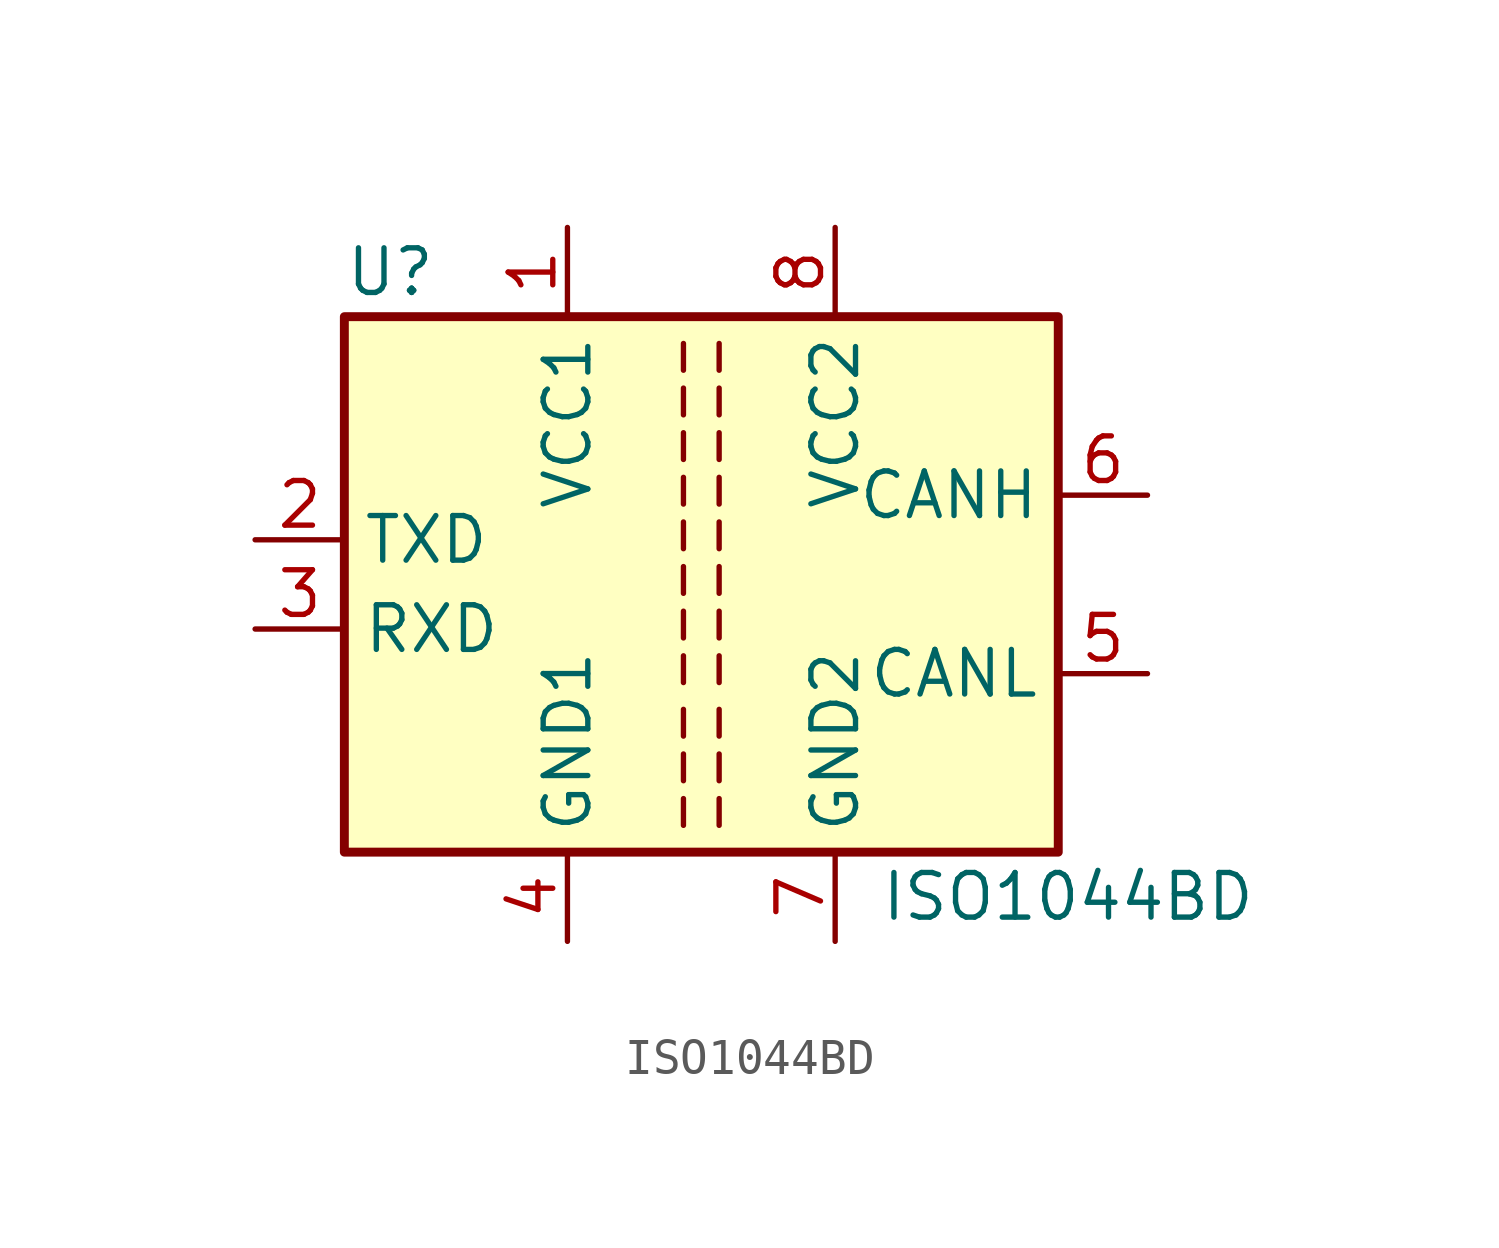
<source format=kicad_sym>
(kicad_symbol_lib
  (version 20220914)
  (generator kicad_symbol_editor)
  (symbol "ISO1044BD"
    (property "Reference" "U"
      (at -10.16 8.89 0)
      (effects (font (size 1.27 1.27)) (justify left)))
    (property "Value" "ISO1044BD"
      (at 5.08 -8.89 0)
      (effects (font (size 1.27 1.27)) (justify left)))
    (symbol "ISO1044BD_0_1"
      (rectangle (start -10.16 7.62) (end 10.16 -7.62) (stroke (width 0.254) (type solid)) (fill (type background)))
      (polyline (pts (xy -0.508 6.858) (xy -0.508 6.096)) (stroke (width 0) (type solid)) (fill (type none))))
    (symbol "ISO1044BD_1_1"
      (polyline (pts (xy -0.508 -6.096) (xy -0.508 -6.858)) (stroke (width 0) (type solid)) (fill (type none)))
      (polyline (pts (xy -0.508 -4.826) (xy -0.508 -5.588)) (stroke (width 0) (type solid)) (fill (type none)))
      (polyline (pts (xy -0.508 -3.556) (xy -0.508 -4.318)) (stroke (width 0) (type solid)) (fill (type none)))
      (polyline (pts (xy -0.508 -2.032) (xy -0.508 -2.794)) (stroke (width 0) (type solid)) (fill (type none)))
      (polyline (pts (xy -0.508 -0.762) (xy -0.508 -1.524)) (stroke (width 0) (type solid)) (fill (type none)))
      (polyline (pts (xy -0.508 0.508) (xy -0.508 -0.254)) (stroke (width 0) (type solid)) (fill (type none)))
      (polyline (pts (xy -0.508 1.778) (xy -0.508 1.016)) (stroke (width 0) (type solid)) (fill (type none)))
      (polyline (pts (xy -0.508 3.048) (xy -0.508 2.286)) (stroke (width 0) (type solid)) (fill (type none)))
      (polyline (pts (xy -0.508 4.318) (xy -0.508 3.556)) (stroke (width 0) (type solid)) (fill (type none)))
      (polyline (pts (xy -0.508 5.588) (xy -0.508 4.826)) (stroke (width 0) (type solid)) (fill (type none)))
      (polyline (pts (xy 0.508 -6.096) (xy 0.508 -6.858)) (stroke (width 0) (type solid)) (fill (type none)))
      (polyline (pts (xy 0.508 -4.826) (xy 0.508 -5.588)) (stroke (width 0) (type solid)) (fill (type none)))
      (polyline (pts (xy 0.508 -3.556) (xy 0.508 -4.318)) (stroke (width 0) (type solid)) (fill (type none)))
      (polyline (pts (xy 0.508 -2.032) (xy 0.508 -2.794)) (stroke (width 0) (type solid)) (fill (type none)))
      (polyline (pts (xy 0.508 -0.762) (xy 0.508 -1.524)) (stroke (width 0) (type solid)) (fill (type none)))
      (polyline (pts (xy 0.508 0.508) (xy 0.508 -0.254)) (stroke (width 0) (type solid)) (fill (type none)))
      (polyline (pts (xy 0.508 1.778) (xy 0.508 1.016)) (stroke (width 0) (type solid)) (fill (type none)))
      (polyline (pts (xy 0.508 3.048) (xy 0.508 2.286)) (stroke (width 0) (type solid)) (fill (type none)))
      (polyline (pts (xy 0.508 4.318) (xy 0.508 3.556)) (stroke (width 0) (type solid)) (fill (type none)))
      (polyline (pts (xy 0.508 5.588) (xy 0.508 4.826)) (stroke (width 0) (type solid)) (fill (type none)))
      (polyline (pts (xy 0.508 6.858) (xy 0.508 6.096)) (stroke (width 0) (type solid)) (fill (type none)))
      (pin power_in line (at -3.81 10.16 270) (length 2.54) (name "VCC1" (effects (font (size 1.27 1.27)))) (number "1" (effects (font (size 1.27 1.27)))))
      (pin input line (at -12.7 1.27 0) (length 2.54) (name "TXD" (effects (font (size 1.27 1.27)))) (number "2" (effects (font (size 1.27 1.27)))))
      (pin output line (at -12.7 -1.27 0) (length 2.54) (name "RXD" (effects (font (size 1.27 1.27)))) (number "3" (effects (font (size 1.27 1.27)))))
      (pin power_in line (at -3.81 -10.16 90) (length 2.54) (name "GND1" (effects (font (size 1.27 1.27)))) (number "4" (effects (font (size 1.27 1.27)))))
      (pin bidirectional line (at 12.7 -2.54 180) (length 2.54) (name "CANL" (effects (font (size 1.27 1.27)))) (number "5" (effects (font (size 1.27 1.27)))))
      (pin bidirectional line (at 12.7 2.54 180) (length 2.54) (name "CANH" (effects (font (size 1.27 1.27)))) (number "6" (effects (font (size 1.27 1.27)))))
      (pin power_in line (at 3.81 -10.16 90) (length 2.54) (name "GND2" (effects (font (size 1.27 1.27)))) (number "7" (effects (font (size 1.27 1.27)))))
      (pin power_in line (at 3.81 10.16 270) (length 2.54) (name "VCC2" (effects (font (size 1.27 1.27)))) (number "8" (effects (font (size 1.27 1.27))))))))
</source>
